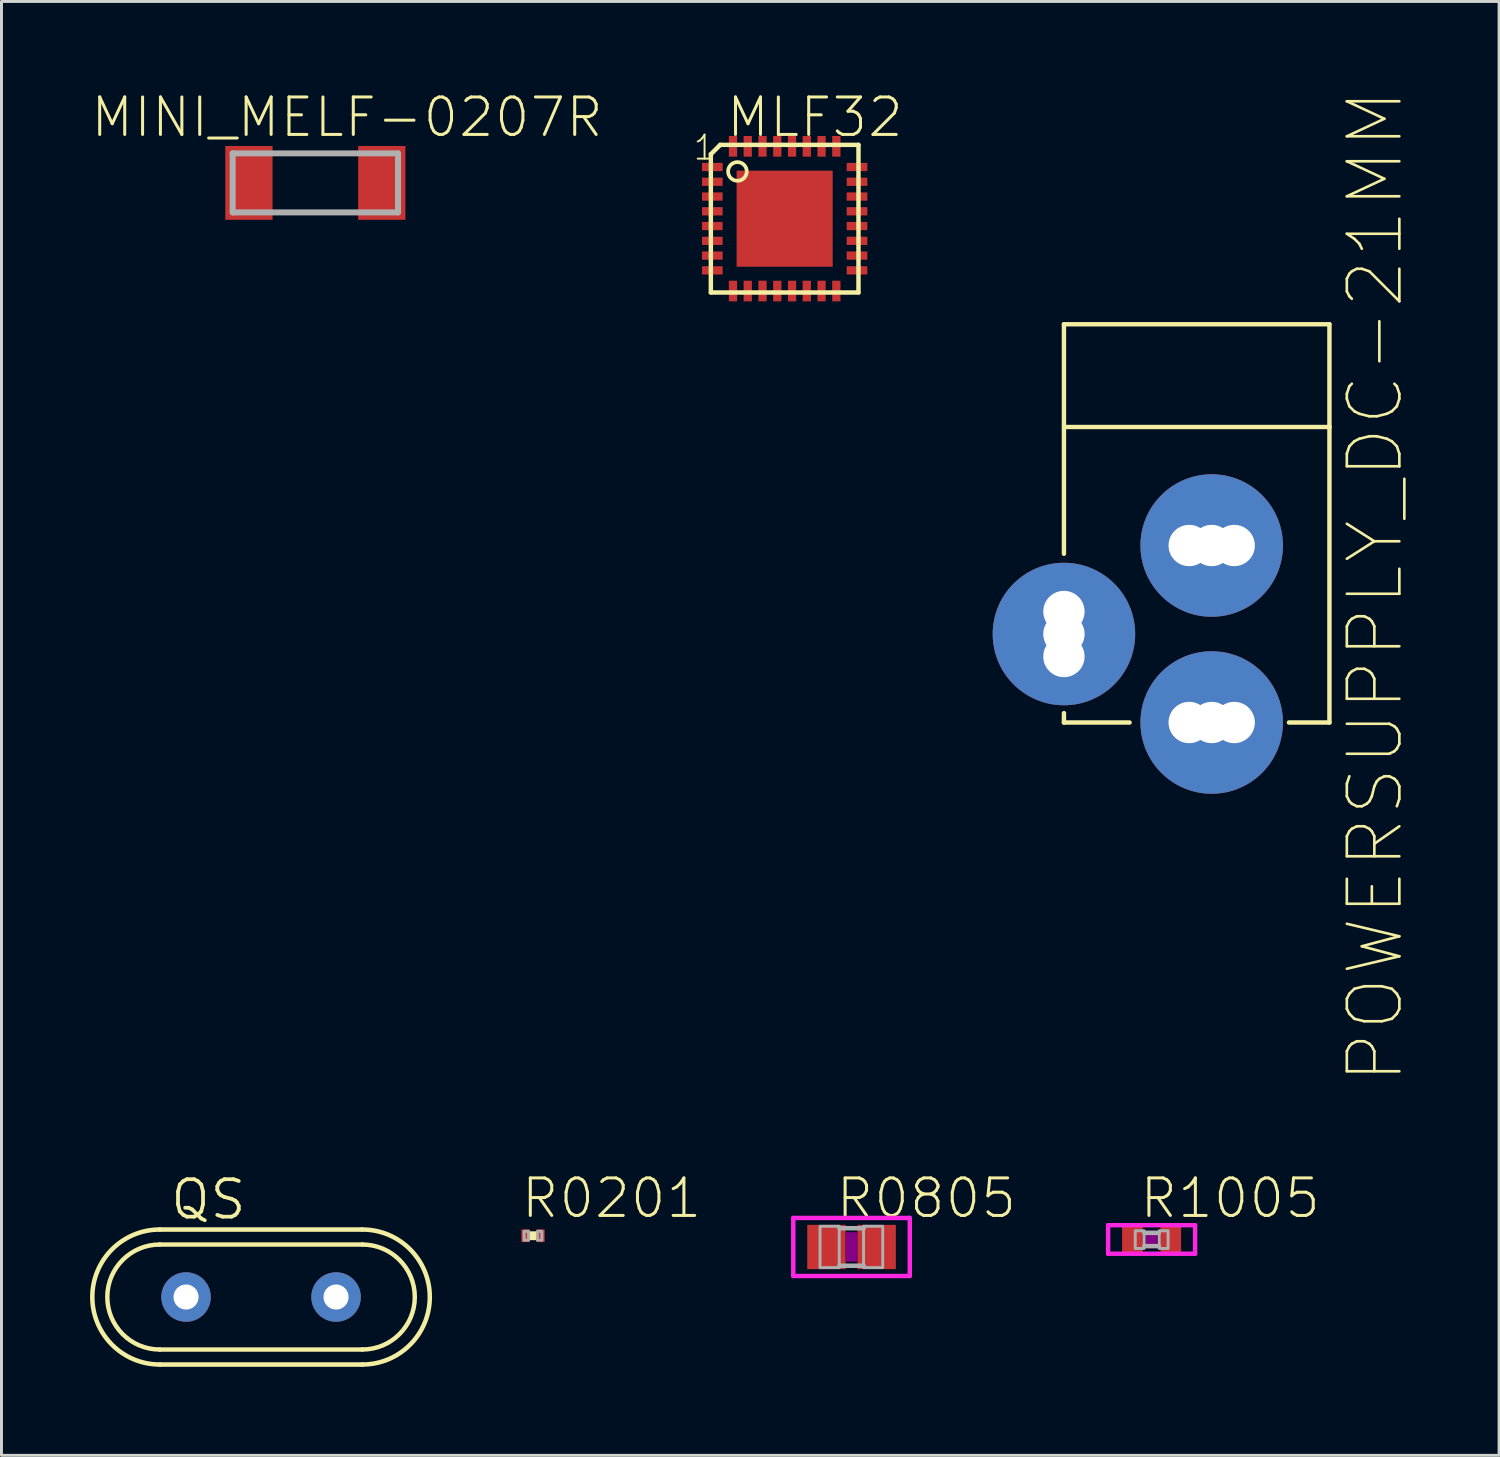
<source format=kicad_pcb>
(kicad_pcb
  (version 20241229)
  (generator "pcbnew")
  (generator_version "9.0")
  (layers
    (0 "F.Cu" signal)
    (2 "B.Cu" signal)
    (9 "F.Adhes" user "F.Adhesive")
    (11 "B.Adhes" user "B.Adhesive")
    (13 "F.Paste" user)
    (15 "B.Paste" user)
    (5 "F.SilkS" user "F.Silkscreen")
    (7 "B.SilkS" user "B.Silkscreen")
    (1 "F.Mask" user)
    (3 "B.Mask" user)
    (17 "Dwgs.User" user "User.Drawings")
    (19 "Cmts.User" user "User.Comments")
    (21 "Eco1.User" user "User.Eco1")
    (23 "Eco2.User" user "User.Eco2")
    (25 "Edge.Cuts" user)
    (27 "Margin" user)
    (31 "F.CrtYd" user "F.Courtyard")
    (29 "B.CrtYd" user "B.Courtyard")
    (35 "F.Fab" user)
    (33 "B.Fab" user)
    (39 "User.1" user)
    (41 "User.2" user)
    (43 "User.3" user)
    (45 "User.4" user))
  (footprint "MLF32"
    (layer "F.Cu")
    (at 23.524 4.356)
    (property "Reference" "MLF32" (at 1.026 -3.435 0) (layer "F.SilkS") (effects (font (size 1.27 1.27) (thickness 0.102))))
    (attr through_hole)
    (fp_poly (pts (xy 0 -1.27) (xy -0.329 -1.227) (xy -0.635 -1.1) (xy -0.898 -0.898) (xy -1.1 -0.635) (xy -1.227 -0.329) (xy -1.27 0) (xy -1.227 0.329) (xy -1.1 0.635) (xy -0.898 0.898) (xy -0.635 1.1) (xy -0.329 1.227) (xy 0 1.27) (xy 0.329 1.227) (xy 0.635 1.1) (xy 0.898 0.898) (xy 1.1 0.635) (xy 1.227 0.329) (xy 1.27 0) (xy 1.227 -0.329) (xy 1.1 -0.635) (xy 0.898 -0.898) (xy 0.635 -1.1) (xy 0.329 -1.227) (xy 0 -1.27) (xy -0.329 -1.227) (xy -0.635 -1.1) (xy -0.898 -0.898) (xy -1.1 -0.635) (xy -1.227 -0.329) (xy -1.27 0) (xy -1.227 0.329) (xy -1.1 0.635) (xy -0.898 0.898) (xy -0.635 1.1) (xy -0.329 1.227) (xy 0 1.27) (xy 0.329 1.227) (xy 0.635 1.1) (xy 0.898 0.898) (xy 1.1 0.635) (xy 1.227 0.329) (xy 1.27 0) (xy 1.227 -0.329) (xy 1.1 -0.635) (xy 0.898 -0.898) (xy 0.635 -1.1) (xy 0.329 -1.227) (xy 0 -1.27) (xy -0.329 -1.227) (xy -0.635 -1.1) (xy -0.898 -0.898) (xy -1.1 -0.635) (xy -1.227 -0.329) (xy -1.27 0) (xy -1.227 0.329) (xy -1.1 0.635) (xy -0.898 0.898) (xy -0.635 1.1) (xy -0.329 1.227) (xy 0 1.27) (xy 0.329 1.227) (xy 0.635 1.1) (xy 0.898 0.898) (xy 1.1 0.635) (xy 1.227 0.329) (xy 1.27 0) (xy 1.227 -0.329) (xy 1.1 -0.635) (xy 0.898 -0.898) (xy 0.635 -1.1) (xy 0.329 -1.227) (xy 0 -1.27)) (stroke (width 0.127) (type solid)) (fill yes) (layer "F.Mask"))
    (fp_line (start -2.5 -2.183) (end -2.5 2.5) (stroke (width 0.15) (type solid)) (layer "F.SilkS"))
    (fp_line (start -2.5 2.5) (end 2.5 2.5) (stroke (width 0.15) (type solid)) (layer "F.SilkS"))
    (fp_line (start -2.183 -2.5) (end -2.5 -2.183) (stroke (width 0.15) (type solid)) (layer "F.SilkS"))
    (fp_line (start 2.5 -2.5) (end -2.183 -2.5) (stroke (width 0.15) (type solid)) (layer "F.SilkS"))
    (fp_line (start 2.5 2.5) (end 2.5 -2.5) (stroke (width 0.15) (type solid)) (layer "F.SilkS"))
    (fp_circle (center -1.6 -1.6) (end -1.284 -1.6) (stroke (width 0.127) (type solid)) (fill no) (layer "F.SilkS"))
    (fp_poly (pts (xy -0.635 -0.635) (xy 0.635 -0.635) (xy 0.635 0.635) (xy -0.635 0.635)) (stroke (width 0) (type solid)) (fill yes) (layer "F.Paste"))
    (fp_text user "1" (at -2.713 -2.406 0) (layer "F.SilkS") (effects (font (size 0.813 0.813) (thickness 0.065))))
    (pad "1" smd rect (at -2.45 -1.75) (size 0.7 0.28) (layers "F.Cu" "F.Mask" "F.Paste"))
    (pad "2" smd rect (at -2.45 -1.25) (size 0.7 0.28) (layers "F.Cu" "F.Mask" "F.Paste"))
    (pad "3" smd rect (at -2.45 -0.75) (size 0.7 0.28) (layers "F.Cu" "F.Mask" "F.Paste"))
    (pad "4" smd rect (at -2.45 -0.25) (size 0.7 0.28) (layers "F.Cu" "F.Mask" "F.Paste"))
    (pad "5" smd rect (at -2.45 0.25) (size 0.7 0.28) (layers "F.Cu" "F.Mask" "F.Paste"))
    (pad "6" smd rect (at -2.45 0.75) (size 0.7 0.28) (layers "F.Cu" "F.Mask" "F.Paste"))
    (pad "7" smd rect (at -2.45 1.25) (size 0.7 0.28) (layers "F.Cu" "F.Mask" "F.Paste"))
    (pad "8" smd rect (at -2.45 1.75) (size 0.7 0.28) (layers "F.Cu" "F.Mask" "F.Paste"))
    (pad "9" smd rect (at -1.75 2.45) (size 0.28 0.7) (layers "F.Cu" "F.Mask" "F.Paste"))
    (pad "10" smd rect (at -1.25 2.45) (size 0.28 0.7) (layers "F.Cu" "F.Mask" "F.Paste"))
    (pad "11" smd rect (at -0.75 2.45) (size 0.28 0.7) (layers "F.Cu" "F.Mask" "F.Paste"))
    (pad "12" smd rect (at -0.25 2.45) (size 0.28 0.7) (layers "F.Cu" "F.Mask" "F.Paste"))
    (pad "13" smd rect (at 0.25 2.45) (size 0.28 0.7) (layers "F.Cu" "F.Mask" "F.Paste"))
    (pad "14" smd rect (at 0.75 2.45) (size 0.28 0.7) (layers "F.Cu" "F.Mask" "F.Paste"))
    (pad "15" smd rect (at 1.25 2.45) (size 0.28 0.7) (layers "F.Cu" "F.Mask" "F.Paste"))
    (pad "16" smd rect (at 1.75 2.45) (size 0.28 0.7) (layers "F.Cu" "F.Mask" "F.Paste"))
    (pad "17" smd rect (at 2.45 1.75) (size 0.7 0.28) (layers "F.Cu" "F.Mask" "F.Paste"))
    (pad "18" smd rect (at 2.45 1.25) (size 0.7 0.28) (layers "F.Cu" "F.Mask" "F.Paste"))
    (pad "19" smd rect (at 2.45 0.75) (size 0.7 0.28) (layers "F.Cu" "F.Mask" "F.Paste"))
    (pad "20" smd rect (at 2.45 0.25) (size 0.7 0.28) (layers "F.Cu" "F.Mask" "F.Paste"))
    (pad "21" smd rect (at 2.45 -0.25) (size 0.7 0.28) (layers "F.Cu" "F.Mask" "F.Paste"))
    (pad "22" smd rect (at 2.45 -0.75) (size 0.7 0.28) (layers "F.Cu" "F.Mask" "F.Paste"))
    (pad "23" smd rect (at 2.45 -1.25) (size 0.7 0.28) (layers "F.Cu" "F.Mask" "F.Paste"))
    (pad "24" smd rect (at 2.45 -1.75) (size 0.7 0.28) (layers "F.Cu" "F.Mask" "F.Paste"))
    (pad "25" smd rect (at 1.75 -2.45) (size 0.28 0.7) (layers "F.Cu" "F.Mask" "F.Paste"))
    (pad "26" smd rect (at 1.25 -2.45) (size 0.28 0.7) (layers "F.Cu" "F.Mask" "F.Paste"))
    (pad "27" smd rect (at 0.75 -2.45) (size 0.28 0.7) (layers "F.Cu" "F.Mask" "F.Paste"))
    (pad "28" smd rect (at 0.25 -2.45) (size 0.28 0.7) (layers "F.Cu" "F.Mask" "F.Paste"))
    (pad "29" smd rect (at -0.25 -2.45) (size 0.28 0.7) (layers "F.Cu" "F.Mask" "F.Paste"))
    (pad "30" smd rect (at -0.75 -2.45) (size 0.28 0.7) (layers "F.Cu" "F.Mask" "F.Paste"))
    (pad "31" smd rect (at -1.25 -2.45) (size 0.28 0.7) (layers "F.Cu" "F.Mask" "F.Paste"))
    (pad "32" smd rect (at -1.75 -2.45) (size 0.28 0.7) (layers "F.Cu" "F.Mask" "F.Paste"))
    (pad "33" smd rect (at 0 0) (size 3.254 3.254) (layers "F.Cu")))
  (footprint "MINI_MELF-0207R"
    (layer "F.Cu")
    (at 7.63 3.144)
    (property "Reference" "MINI_MELF-0207R" (at 1.073 -2.223 0) (layer "F.SilkS") (effects (font (size 1.27 1.27) (thickness 0.102))))
    (attr through_hole)
    (fp_line (start -2.8 -1) (end -2.8 1) (stroke (width 0.203) (type solid)) (layer "F.Fab"))
    (fp_line (start -2.8 1) (end 2.8 1) (stroke (width 0.203) (type solid)) (layer "F.Fab"))
    (fp_line (start 2.8 -1) (end -2.8 -1) (stroke (width 0.203) (type solid)) (layer "F.Fab"))
    (fp_line (start 2.8 1) (end 2.8 -1) (stroke (width 0.203) (type solid)) (layer "F.Fab"))
    (pad "1" smd rect (at -2.25 0) (size 1.6 2.5) (layers "F.Cu" "F.Mask" "F.Paste"))
    (pad "2" smd rect (at 2.25 0) (size 1.6 2.5) (layers "F.Cu" "F.Mask" "F.Paste")))
  (footprint "R0805"
    (layer "F.Cu")
    (at 25.789 39.181)
    (property "Reference" "R0805" (at 2.534 -1.651 0) (layer "F.SilkS") (effects (font (size 1.27 1.27) (thickness 0.102))))
    (attr through_hole)
    (fp_poly (pts (xy -0.2 -0.5) (xy 0.2 -0.5) (xy 0.2 0.5) (xy -0.2 0.5)) (stroke (width 0) (type solid)) (fill yes) (layer "F.Adhes"))
    (fp_line (start -1.973 -0.983) (end 1.973 -0.983) (stroke (width 0.15) (type solid)) (layer "F.CrtYd"))
    (fp_line (start -1.973 0.983) (end -1.973 -0.983) (stroke (width 0.15) (type solid)) (layer "F.CrtYd"))
    (fp_line (start 1.973 -0.983) (end 1.973 0.983) (stroke (width 0.15) (type solid)) (layer "F.CrtYd"))
    (fp_line (start 1.973 0.983) (end -1.973 0.983) (stroke (width 0.15) (type solid)) (layer "F.CrtYd"))
    (fp_line (start -0.41 -0.635) (end 0.41 -0.635) (stroke (width 0.152) (type solid)) (layer "F.Fab"))
    (fp_line (start -0.41 0.635) (end 0.41 0.635) (stroke (width 0.152) (type solid)) (layer "F.Fab"))
    (fp_poly (pts (xy -1.067 -0.702) (xy -0.417 -0.702) (xy -0.417 0.699) (xy -1.067 0.699)) (stroke (width 0.1) (type solid)) (fill no) (layer "F.Fab"))
    (fp_poly (pts (xy 0.406 -0.702) (xy 1.056 -0.702) (xy 1.056 0.699) (xy 0.406 0.699)) (stroke (width 0.1) (type solid)) (fill no) (layer "F.Fab"))
    (pad "1" smd rect (at -0.85 0) (size 1.3 1.5) (layers "F.Cu" "F.Mask" "F.Paste"))
    (pad "2" smd rect (at 0.85 0) (size 1.3 1.5) (layers "F.Cu" "F.Mask" "F.Paste")))
  (footprint "R1005"
    (layer "F.Cu")
    (at 35.951 38.927)
    (property "Reference" "R1005" (at 2.661 -1.397 0) (layer "F.SilkS") (effects (font (size 1.27 1.27) (thickness 0.102))))
    (attr through_hole)
    (fp_poly (pts (xy -0.2 -0.3) (xy 0.2 -0.3) (xy 0.2 0.3) (xy -0.2 0.3)) (stroke (width 0) (type solid)) (fill yes) (layer "F.Adhes"))
    (fp_line (start -1.473 -0.483) (end 1.473 -0.483) (stroke (width 0.15) (type solid)) (layer "F.CrtYd"))
    (fp_line (start -1.473 0.483) (end -1.473 -0.483) (stroke (width 0.15) (type solid)) (layer "F.CrtYd"))
    (fp_line (start 1.473 -0.483) (end 1.473 0.483) (stroke (width 0.15) (type solid)) (layer "F.CrtYd"))
    (fp_line (start 1.473 0.483) (end -1.473 0.483) (stroke (width 0.15) (type solid)) (layer "F.CrtYd"))
    (fp_line (start -0.245 -0.224) (end 0.245 -0.224) (stroke (width 0.152) (type solid)) (layer "F.Fab"))
    (fp_line (start 0.245 0.224) (end -0.245 0.224) (stroke (width 0.152) (type solid)) (layer "F.Fab"))
    (fp_poly (pts (xy -0.554 -0.295) (xy -0.254 -0.295) (xy -0.254 0.305) (xy -0.554 0.305)) (stroke (width 0.1) (type solid)) (fill no) (layer "F.Fab"))
    (fp_poly (pts (xy 0.259 -0.295) (xy 0.559 -0.295) (xy 0.559 0.305) (xy 0.259 0.305)) (stroke (width 0.1) (type solid)) (fill no) (layer "F.Fab"))
    (pad "1" smd rect (at -0.65 0) (size 0.7 0.9) (layers "F.Cu" "F.Mask" "F.Paste"))
    (pad "2" smd rect (at 0.65 0) (size 0.7 0.9) (layers "F.Cu" "F.Mask" "F.Paste")))
  (footprint "R0201"
    (layer "F.Cu")
    (at 15.001 38.8)
    (property "Reference" "R0201" (at 2.661 -1.27 0) (layer "F.SilkS") (effects (font (size 1.27 1.27) (thickness 0.102))))
    (attr through_hole)
    (fp_poly (pts (xy -0.15 -0.15) (xy 0.15 -0.15) (xy 0.15 0.15) (xy -0.15 0.15)) (stroke (width 0) (type solid)) (fill yes) (layer "F.SilkS"))
    (fp_poly (pts (xy -0.3 -0.15) (xy -0.15 -0.15) (xy -0.15 0.15) (xy -0.3 0.15)) (stroke (width 0.1) (type solid)) (fill no) (layer "F.Fab"))
    (fp_poly (pts (xy 0.15 -0.15) (xy 0.3 -0.15) (xy 0.3 0.15) (xy 0.15 0.15)) (stroke (width 0.1) (type solid)) (fill no) (layer "F.Fab"))
    (pad "1" smd rect (at -0.255 0) (size 0.28 0.43) (layers "F.Cu" "F.Mask" "F.Paste"))
    (pad "2" smd rect (at 0.255 0) (size 0.28 0.43) (layers "F.Cu" "F.Mask" "F.Paste")))
  (footprint "QS"
    (layer "F.Cu")
    (at 5.791 40.876)
    (property "Reference" "QS" (at -1.784 -3.302 0) (layer "F.SilkS") (effects (font (size 1.27 1.27) (thickness 0.127))))
    (attr through_hole)
    (fp_line (start -3.429 1.778) (end 3.429 1.778) (stroke (width 0.15) (type solid)) (layer "F.SilkS"))
    (fp_line (start -3.429 2.286) (end 3.429 2.286) (stroke (width 0.152) (type solid)) (layer "F.SilkS"))
    (fp_line (start 3.429 -2.286) (end -3.429 -2.286) (stroke (width 0.152) (type solid)) (layer "F.SilkS"))
    (fp_line (start 3.429 -1.778) (end -3.429 -1.778) (stroke (width 0.15) (type solid)) (layer "F.SilkS"))
    (fp_arc (start -3.429 1.778) (mid -5.207 0) (end -3.429 -1.778) (stroke (width 0.15) (type solid)) (layer "F.SilkS"))
    (fp_arc (start -3.429 2.286) (mid -5.715 0) (end -3.429 -2.286) (stroke (width 0.1524) (type solid)) (layer "F.SilkS"))
    (fp_arc (start 3.429 -2.286) (mid 5.715 0) (end 3.429 2.286) (stroke (width 0.1524) (type solid)) (layer "F.SilkS"))
    (fp_arc (start 3.429 -1.778) (mid 5.207 0) (end 3.429 1.778) (stroke (width 0.15) (type solid)) (layer "F.SilkS"))
    (pad "1" thru_hole circle (at -2.54 0) (size 1.676 1.676) (drill 0.85) (layers "*.Cu" "*.Mask"))
    (pad "2" thru_hole circle (at 2.54 0) (size 1.676 1.676) (drill 0.85) (layers "*.Cu" "*.Mask")))
  (footprint "POWERSUPPLY_DC-21MM"
    (layer "F.Cu")
    (at 38.062 15.069)
    (property "Reference" "POWERSUPPLY_DC-21MM" (at 5.461 1.736 90) (layer "F.SilkS") (effects (font (size 1.778 1.778) (thickness 0.089))))
    (attr through_hole)
    (fp_line (start -5.08 -7.137) (end -5.08 0.635) (stroke (width 0.15) (type solid)) (layer "F.SilkS"))
    (fp_line (start -5.08 6.35) (end -5.08 6.032) (stroke (width 0.15) (type solid)) (layer "F.SilkS"))
    (fp_line (start -5.055 -3.658) (end 3.912 -3.658) (stroke (width 0.15) (type solid)) (layer "F.SilkS"))
    (fp_line (start -2.857 6.35) (end -5.08 6.35) (stroke (width 0.15) (type solid)) (layer "F.SilkS"))
    (fp_line (start 2.54 6.35) (end 3.912 6.35) (stroke (width 0.15) (type solid)) (layer "F.SilkS"))
    (fp_line (start 3.912 -7.137) (end -5.08 -7.137) (stroke (width 0.15) (type solid)) (layer "F.SilkS"))
    (fp_line (start 3.912 -3.658) (end 3.912 -7.137) (stroke (width 0.15) (type solid)) (layer "F.SilkS"))
    (fp_line (start 3.912 6.35) (end 3.912 -3.658) (stroke (width 0.15) (type solid)) (layer "F.SilkS"))
    (pad "1" thru_hole circle (at -5.08 3.353) (size 4.826 4.826) (drill 1.4) (layers "*.Cu" "*.Mask"))
    (pad "2" thru_hole circle (at -0.076 6.35) (size 4.826 4.826) (drill 1.4) (layers "*.Cu" "*.Mask"))
    (pad "3" thru_hole circle (at -0.076 0.356) (size 4.826 4.826) (drill 1.4) (layers "*.Cu" "*.Mask"))
    (pad "4" thru_hole circle (at -5.08 4.115) (size 2.1 2.1) (drill 1.4) (layers "*.Cu" "*.Mask"))
    (pad "5" thru_hole circle (at -5.08 2.591) (size 2.1 2.1) (drill 1.4) (layers "*.Cu" "*.Mask"))
    (pad "6" thru_hole circle (at -0.838 0.356) (size 2.1 2.1) (drill 1.4) (layers "*.Cu" "*.Mask"))
    (pad "7" thru_hole circle (at 0.686 0.356) (size 2.1 2.1) (drill 1.4) (layers "*.Cu" "*.Mask"))
    (pad "8" thru_hole circle (at -0.838 6.35) (size 2.1 2.1) (drill 1.4) (layers "*.Cu" "*.Mask"))
    (pad "9" thru_hole circle (at 0.686 6.35) (size 2.1 2.1) (drill 1.4) (layers "*.Cu" "*.Mask")))
  (gr_rect
    (start -3 -3)
    (end 47.719 46.238)
    (stroke (width 0.1) (type default))
    (fill no)
    (layer "Edge.Cuts")))
</source>
